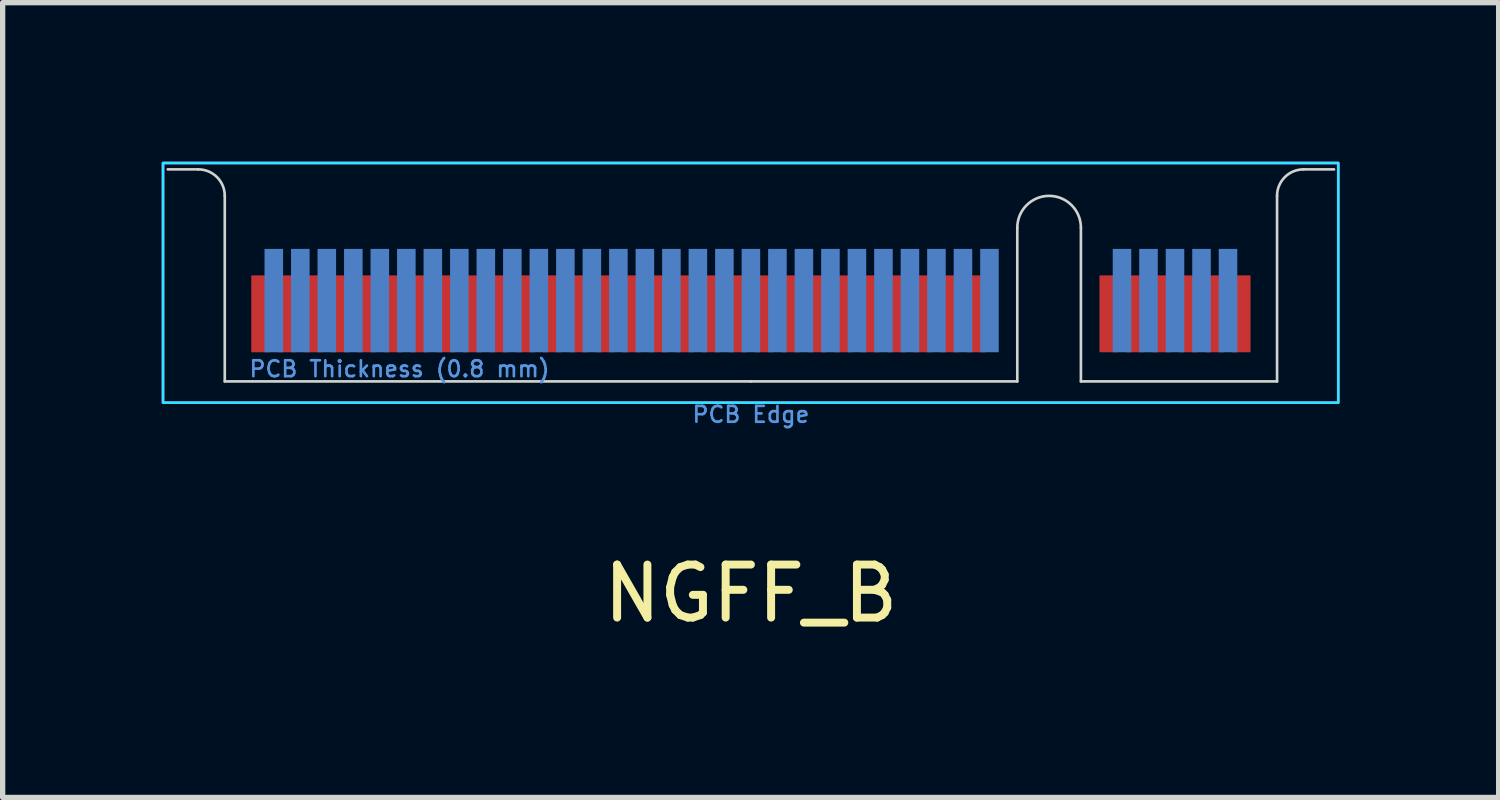
<source format=kicad_pcb>
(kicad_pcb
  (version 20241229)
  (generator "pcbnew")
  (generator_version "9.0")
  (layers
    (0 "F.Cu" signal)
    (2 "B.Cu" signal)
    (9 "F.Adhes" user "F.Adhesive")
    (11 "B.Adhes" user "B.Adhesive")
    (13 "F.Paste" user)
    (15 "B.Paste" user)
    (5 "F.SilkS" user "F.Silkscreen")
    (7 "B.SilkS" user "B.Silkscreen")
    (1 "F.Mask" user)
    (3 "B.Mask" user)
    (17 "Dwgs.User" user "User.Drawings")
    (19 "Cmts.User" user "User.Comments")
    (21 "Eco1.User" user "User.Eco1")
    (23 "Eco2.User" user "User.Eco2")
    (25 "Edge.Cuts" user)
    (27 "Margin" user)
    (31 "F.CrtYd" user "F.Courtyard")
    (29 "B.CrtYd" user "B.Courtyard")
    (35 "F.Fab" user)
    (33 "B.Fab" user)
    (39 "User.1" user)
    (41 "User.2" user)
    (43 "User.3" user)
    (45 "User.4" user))
  (footprint "NGFF_B"
    (layer "F.Cu")
    (at 11.115 4.145)
    (property "Reference" "NGFF_B" (at 0 4 0) (layer "F.SilkS") (effects (font (size 1 1) (thickness 0.15))))
    (attr through_hole)
    (fp_line (start -11 -4) (end -10.425 -4) (stroke (width 0.05) (type solid)) (layer "Edge.Cuts"))
    (fp_line (start -9.925 -3.5) (end -9.925 0) (stroke (width 0.05) (type solid)) (layer "Edge.Cuts"))
    (fp_line (start -9.925 0) (end 0 0) (stroke (width 0.05) (type solid)) (layer "Edge.Cuts"))
    (fp_line (start 0 0) (end 5.025 0) (stroke (width 0.05) (type solid)) (layer "Edge.Cuts"))
    (fp_line (start 5.025 0) (end 5.025 -2.9) (stroke (width 0.05) (type solid)) (layer "Edge.Cuts"))
    (fp_line (start 6.225 -2.9) (end 6.225 0) (stroke (width 0.05) (type solid)) (layer "Edge.Cuts"))
    (fp_line (start 6.225 0) (end 9.925 0) (stroke (width 0.05) (type solid)) (layer "Edge.Cuts"))
    (fp_line (start 9.925 0) (end 9.925 -3.5) (stroke (width 0.05) (type solid)) (layer "Edge.Cuts"))
    (fp_line (start 10.425 -4) (end 11 -4) (stroke (width 0.05) (type solid)) (layer "Edge.Cuts"))
    (fp_arc (start -10.425 -4) (mid -10.071447 -3.853553) (end -9.925 -3.5) (stroke (width 0.05) (type solid)) (layer "Edge.Cuts"))
    (fp_arc (start 5.025 -2.9) (mid 5.625 -3.5) (end 6.225 -2.9) (stroke (width 0.05) (type solid)) (layer "Edge.Cuts"))
    (fp_arc (start 9.925 -3.5) (mid 10.071447 -3.853553) (end 10.425 -4) (stroke (width 0.05) (type solid)) (layer "Edge.Cuts"))
    (fp_rect (start -11.09 -4.12) (end 11.08 0.4) (stroke (width 0.05) (type default)) (fill no) (layer "B.CrtYd"))
    (fp_rect (start -11.09 -4.12) (end 11.08 0.4) (stroke (width 0.05) (type default)) (fill no) (layer "F.CrtYd"))
    (fp_text user "PCB Edge" (at 0 0.8 0) (unlocked yes) (layer "Cmts.User") (effects (font (size 0.3 0.3) (thickness 0.05)) (justify bottom)))
    (fp_text user "PCB Thickness (0.8 mm)" (at -9.49 -0.06 0) (unlocked yes) (layer "Cmts.User") (effects (font (size 0.3 0.3) (thickness 0.05)) (justify left bottom)))
    (pad "1" smd rect (at 9.25 -1.275) (size 0.35 1.45) (layers "F.Cu" "F.Mask"))
    (pad "2" smd rect (at 9 -1.525) (size 0.35 1.95) (layers "B.Cu" "B.Mask"))
    (pad "3" smd rect (at 8.75 -1.275) (size 0.35 1.45) (layers "F.Cu" "F.Mask"))
    (pad "4" smd rect (at 8.5 -1.525) (size 0.35 1.95) (layers "B.Cu" "B.Mask"))
    (pad "5" smd rect (at 8.25 -1.275) (size 0.35 1.45) (layers "F.Cu" "F.Mask"))
    (pad "6" smd rect (at 8 -1.525) (size 0.35 1.95) (layers "B.Cu" "B.Mask"))
    (pad "7" smd rect (at 7.75 -1.275) (size 0.35 1.45) (layers "F.Cu" "F.Mask"))
    (pad "8" smd rect (at 7.5 -1.525) (size 0.35 1.95) (layers "B.Cu" "B.Mask"))
    (pad "9" smd rect (at 7.25 -1.275) (size 0.35 1.45) (layers "F.Cu" "F.Mask"))
    (pad "10" smd rect (at 7 -1.525) (size 0.35 1.95) (layers "B.Cu" "B.Mask"))
    (pad "11" smd rect (at 6.75 -1.275) (size 0.35 1.45) (layers "F.Cu" "F.Mask"))
    (pad "20" smd rect (at 4.5 -1.525) (size 0.35 1.95) (layers "B.Cu" "B.Mask"))
    (pad "21" smd rect (at 4.25 -1.275) (size 0.35 1.45) (layers "F.Cu" "F.Mask"))
    (pad "22" smd rect (at 4 -1.525) (size 0.35 1.95) (layers "B.Cu" "B.Mask"))
    (pad "23" smd rect (at 3.75 -1.275) (size 0.35 1.45) (layers "F.Cu" "F.Mask"))
    (pad "24" smd rect (at 3.5 -1.525) (size 0.35 1.95) (layers "B.Cu" "B.Mask"))
    (pad "25" smd rect (at 3.25 -1.275) (size 0.35 1.45) (layers "F.Cu" "F.Mask"))
    (pad "26" smd rect (at 3 -1.525) (size 0.35 1.95) (layers "B.Cu" "B.Mask"))
    (pad "27" smd rect (at 2.75 -1.275) (size 0.35 1.45) (layers "F.Cu" "F.Mask"))
    (pad "28" smd rect (at 2.5 -1.525) (size 0.35 1.95) (layers "B.Cu" "B.Mask"))
    (pad "29" smd rect (at 2.25 -1.275) (size 0.35 1.45) (layers "F.Cu" "F.Mask"))
    (pad "30" smd rect (at 2 -1.525) (size 0.35 1.95) (layers "B.Cu" "B.Mask"))
    (pad "31" smd rect (at 1.75 -1.275) (size 0.35 1.45) (layers "F.Cu" "F.Mask"))
    (pad "32" smd rect (at 1.5 -1.525) (size 0.35 1.95) (layers "B.Cu" "B.Mask"))
    (pad "33" smd rect (at 1.25 -1.275) (size 0.35 1.45) (layers "F.Cu" "F.Mask"))
    (pad "34" smd rect (at 1 -1.525) (size 0.35 1.95) (layers "B.Cu" "B.Mask"))
    (pad "35" smd rect (at 0.75 -1.275) (size 0.35 1.45) (layers "F.Cu" "F.Mask"))
    (pad "36" smd rect (at 0.5 -1.525) (size 0.35 1.95) (layers "B.Cu" "B.Mask"))
    (pad "37" smd rect (at 0.25 -1.275) (size 0.35 1.45) (layers "F.Cu" "F.Mask"))
    (pad "38" smd rect (at 0 -1.525) (size 0.35 1.95) (layers "B.Cu" "B.Mask"))
    (pad "39" smd rect (at -0.25 -1.275) (size 0.35 1.45) (layers "F.Cu" "F.Mask"))
    (pad "40" smd rect (at -0.5 -1.525) (size 0.35 1.95) (layers "B.Cu" "B.Mask"))
    (pad "41" smd rect (at -0.75 -1.275) (size 0.35 1.45) (layers "F.Cu" "F.Mask"))
    (pad "42" smd rect (at -1 -1.525) (size 0.35 1.95) (layers "B.Cu" "B.Mask"))
    (pad "43" smd rect (at -1.25 -1.275) (size 0.35 1.45) (layers "F.Cu" "F.Mask"))
    (pad "44" smd rect (at -1.5 -1.525) (size 0.35 1.95) (layers "B.Cu" "B.Mask"))
    (pad "45" smd rect (at -1.75 -1.275) (size 0.35 1.45) (layers "F.Cu" "F.Mask"))
    (pad "46" smd rect (at -2 -1.525) (size 0.35 1.95) (layers "B.Cu" "B.Mask"))
    (pad "47" smd rect (at -2.25 -1.275) (size 0.35 1.45) (layers "F.Cu" "F.Mask"))
    (pad "48" smd rect (at -2.5 -1.525) (size 0.35 1.95) (layers "B.Cu" "B.Mask"))
    (pad "49" smd rect (at -2.75 -1.275) (size 0.35 1.45) (layers "F.Cu" "F.Mask"))
    (pad "50" smd rect (at -3 -1.525) (size 0.35 1.95) (layers "B.Cu" "B.Mask"))
    (pad "51" smd rect (at -3.25 -1.275) (size 0.35 1.45) (layers "F.Cu" "F.Mask"))
    (pad "52" smd rect (at -3.5 -1.525) (size 0.35 1.95) (layers "B.Cu" "B.Mask"))
    (pad "53" smd rect (at -3.75 -1.275) (size 0.35 1.45) (layers "F.Cu" "F.Mask"))
    (pad "54" smd rect (at -4 -1.525) (size 0.35 1.95) (layers "B.Cu" "B.Mask"))
    (pad "55" smd rect (at -4.25 -1.275) (size 0.35 1.45) (layers "F.Cu" "F.Mask"))
    (pad "56" smd rect (at -4.5 -1.525) (size 0.35 1.95) (layers "B.Cu" "B.Mask"))
    (pad "57" smd rect (at -4.75 -1.275) (size 0.35 1.45) (layers "F.Cu" "F.Mask"))
    (pad "58" smd rect (at -5 -1.525) (size 0.35 1.95) (layers "B.Cu" "B.Mask"))
    (pad "59" smd rect (at -5.25 -1.275) (size 0.35 1.45) (layers "F.Cu" "F.Mask"))
    (pad "60" smd rect (at -5.5 -1.525) (size 0.35 1.95) (layers "B.Cu" "B.Mask"))
    (pad "61" smd rect (at -5.75 -1.275) (size 0.35 1.45) (layers "F.Cu" "F.Mask"))
    (pad "62" smd rect (at -6 -1.525) (size 0.35 1.95) (layers "B.Cu" "B.Mask"))
    (pad "63" smd rect (at -6.25 -1.275) (size 0.35 1.45) (layers "F.Cu" "F.Mask"))
    (pad "64" smd rect (at -6.5 -1.525) (size 0.35 1.95) (layers "B.Cu" "B.Mask"))
    (pad "65" smd rect (at -6.75 -1.275) (size 0.35 1.45) (layers "F.Cu" "F.Mask"))
    (pad "66" smd rect (at -7 -1.525) (size 0.35 1.95) (layers "B.Cu" "B.Mask"))
    (pad "67" smd rect (at -7.25 -1.275) (size 0.35 1.45) (layers "F.Cu" "F.Mask"))
    (pad "68" smd rect (at -7.5 -1.525) (size 0.35 1.95) (layers "B.Cu" "B.Mask"))
    (pad "69" smd rect (at -7.75 -1.275) (size 0.35 1.45) (layers "F.Cu" "F.Mask"))
    (pad "70" smd rect (at -8 -1.525) (size 0.35 1.95) (layers "B.Cu" "B.Mask"))
    (pad "71" smd rect (at -8.25 -1.275) (size 0.35 1.45) (layers "F.Cu" "F.Mask"))
    (pad "72" smd rect (at -8.5 -1.525) (size 0.35 1.95) (layers "B.Cu" "B.Mask"))
    (pad "73" smd rect (at -8.75 -1.275) (size 0.35 1.45) (layers "F.Cu" "F.Mask"))
    (pad "74" smd rect (at -9 -1.525) (size 0.35 1.95) (layers "B.Cu" "B.Mask"))
    (pad "75" smd rect (at -9.25 -1.275) (size 0.35 1.45) (layers "F.Cu" "F.Mask"))
    (zone (net_name "") (layers "F.Cu" "B.Cu" "F.SilkS" "B.SilkS") (hatch edge 0.5) (connect_pads) (min_thickness 0.25) (filled_areas_thickness no) (keepout (tracks allowed) (vias allowed) (pads allowed) (copperpour not_allowed) (footprints allowed)) (placement (enabled no)) (fill) (polygon (pts (xy 0.355 1.195) (xy 22.105 1.195) (xy 22.105 4.405) (xy 22.095 4.415) (xy 0.355 4.415)))))
  (gr_rect
    (start -3 -3)
    (end 25.22 11.993)
    (stroke (width 0.1) (type default))
    (fill no)
    (layer "Edge.Cuts")))
</source>
